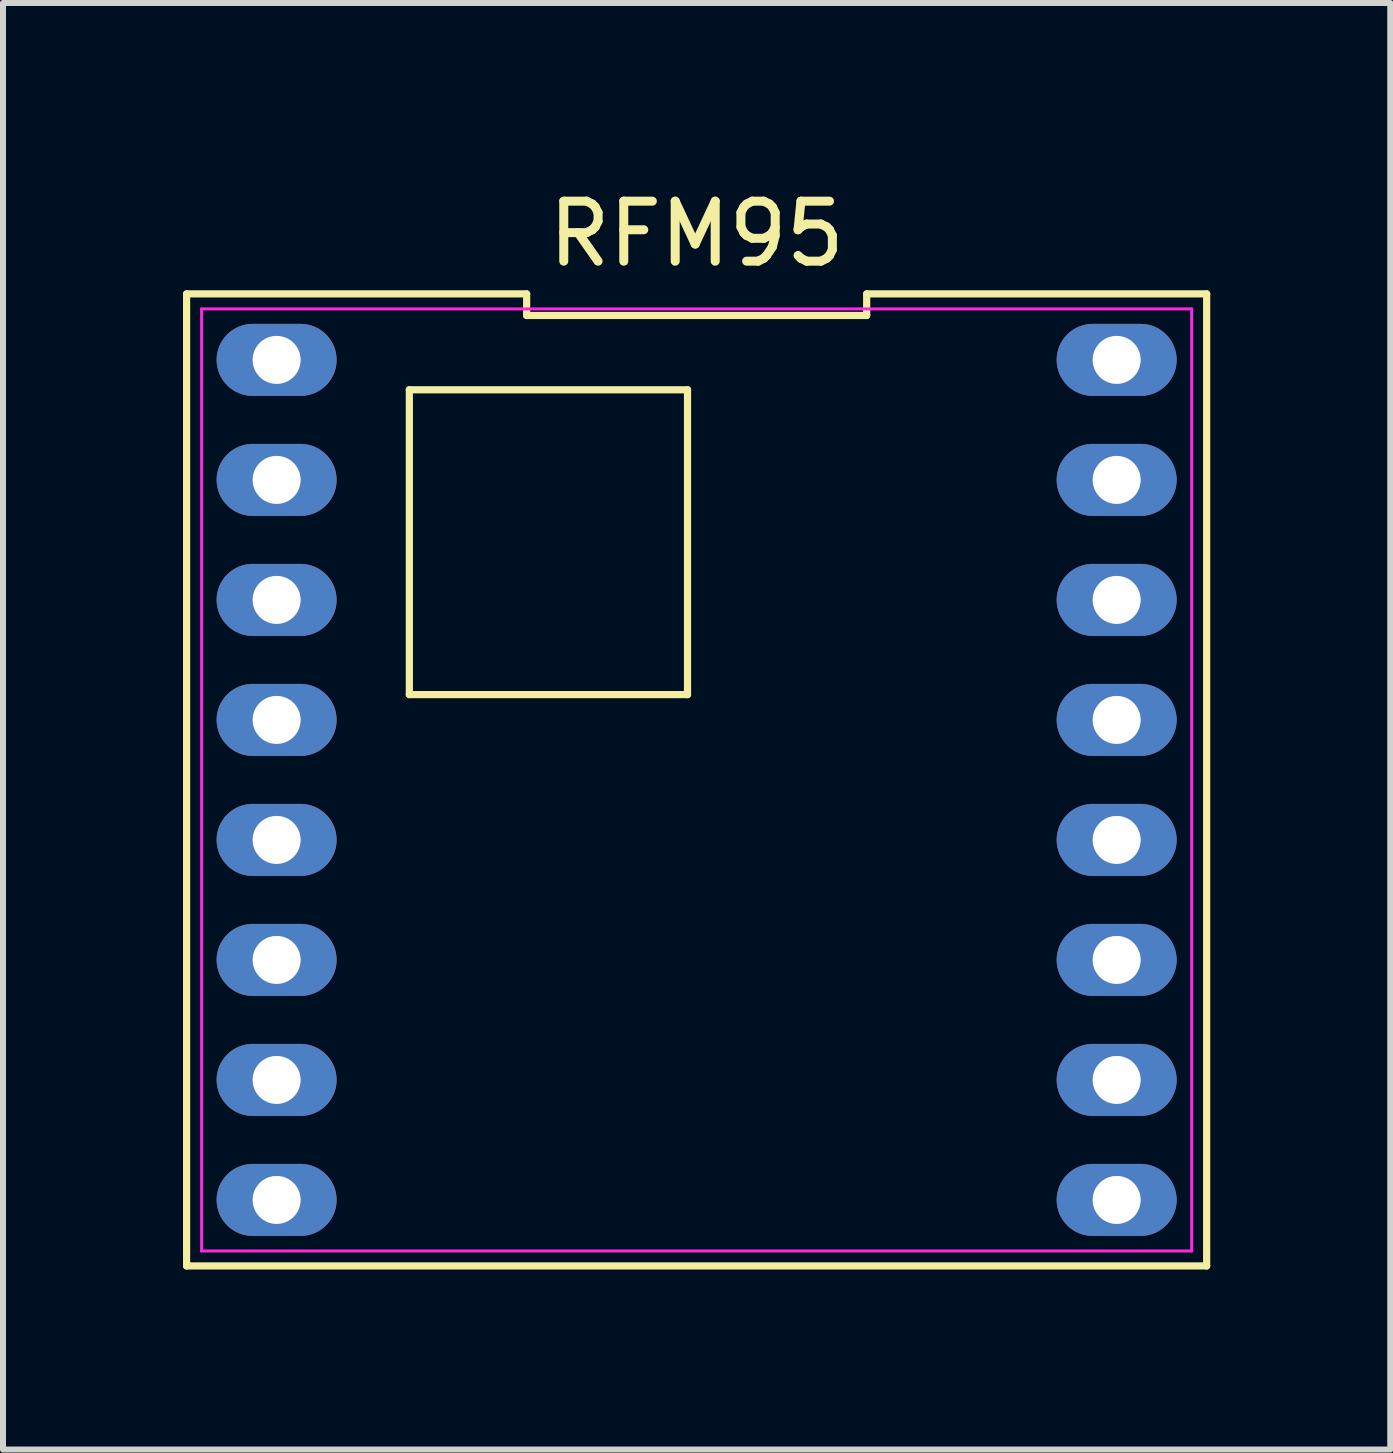
<source format=kicad_pcb>
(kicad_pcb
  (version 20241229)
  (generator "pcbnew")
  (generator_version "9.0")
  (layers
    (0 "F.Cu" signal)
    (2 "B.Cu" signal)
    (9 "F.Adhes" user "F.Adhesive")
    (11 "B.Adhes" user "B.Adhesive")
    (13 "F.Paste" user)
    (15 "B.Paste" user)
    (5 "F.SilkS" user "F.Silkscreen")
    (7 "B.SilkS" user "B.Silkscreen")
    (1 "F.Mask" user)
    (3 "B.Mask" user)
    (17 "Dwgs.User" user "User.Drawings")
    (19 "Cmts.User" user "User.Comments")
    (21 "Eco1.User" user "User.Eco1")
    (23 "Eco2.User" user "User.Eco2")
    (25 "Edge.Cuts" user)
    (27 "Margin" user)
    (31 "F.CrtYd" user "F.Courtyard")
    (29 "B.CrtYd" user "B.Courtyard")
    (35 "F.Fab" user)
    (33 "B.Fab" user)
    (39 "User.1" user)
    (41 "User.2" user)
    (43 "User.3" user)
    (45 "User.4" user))
  (footprint "RFM95"
    (layer "F.Cu")
    (at 8.408 9.923)
    (property "Reference" "RFM95" (at 0.152 -9.075 0) (layer "F.SilkS") (effects (font (size 1 1) (thickness 0.15))))
    (attr through_hole)
    (fp_line (start -8.348 -8.075) (end -8.348 8.125) (stroke (width 0.12) (type solid)) (layer "F.SilkS"))
    (fp_line (start -8.348 8.125) (end 8.652 8.125) (stroke (width 0.12) (type solid)) (layer "F.SilkS"))
    (fp_line (start -4.636 -6.477) (end 0 -6.477) (stroke (width 0.12) (type solid)) (layer "F.SilkS"))
    (fp_line (start -4.636 -1.397) (end -4.636 -6.477) (stroke (width 0.12) (type solid)) (layer "F.SilkS"))
    (fp_line (start -2.681 -8.075) (end -8.348 -8.075) (stroke (width 0.12) (type solid)) (layer "F.SilkS"))
    (fp_line (start -2.681 -7.715) (end -2.681 -8.075) (stroke (width 0.12) (type solid)) (layer "F.SilkS"))
    (fp_line (start 0 -6.477) (end 0 -1.397) (stroke (width 0.12) (type solid)) (layer "F.SilkS"))
    (fp_line (start 0 -1.397) (end -4.636 -1.397) (stroke (width 0.12) (type solid)) (layer "F.SilkS"))
    (fp_line (start 2.986 -8.075) (end 2.986 -7.715) (stroke (width 0.12) (type solid)) (layer "F.SilkS"))
    (fp_line (start 2.986 -7.715) (end -2.681 -7.715) (stroke (width 0.12) (type solid)) (layer "F.SilkS"))
    (fp_line (start 8.652 -8.075) (end 2.986 -8.075) (stroke (width 0.12) (type solid)) (layer "F.SilkS"))
    (fp_line (start 8.652 8.125) (end 8.652 -8.075) (stroke (width 0.12) (type solid)) (layer "F.SilkS"))
    (fp_line (start -8.098 -7.825) (end 8.402 -7.825) (stroke (width 0.05) (type solid)) (layer "F.CrtYd"))
    (fp_line (start -8.098 7.875) (end -8.098 -7.825) (stroke (width 0.05) (type solid)) (layer "F.CrtYd"))
    (fp_line (start 8.402 -7.825) (end 8.402 7.875) (stroke (width 0.05) (type solid)) (layer "F.CrtYd"))
    (fp_line (start 8.402 7.875) (end -8.098 7.875) (stroke (width 0.05) (type solid)) (layer "F.CrtYd"))
    (pad "1" thru_hole oval (at -6.848 -6.975 270) (size 1.2 2) (drill 0.8) (layers "*.Cu" "*.Mask"))
    (pad "2" thru_hole oval (at -6.848 -4.975 270) (size 1.2 2) (drill 0.8) (layers "*.Cu" "*.Mask"))
    (pad "3" thru_hole oval (at -6.848 -2.975 270) (size 1.2 2) (drill 0.8) (layers "*.Cu" "*.Mask"))
    (pad "4" thru_hole oval (at -6.848 -0.975 270) (size 1.2 2) (drill 0.8) (layers "*.Cu" "*.Mask"))
    (pad "5" thru_hole oval (at -6.848 1.025 270) (size 1.2 2) (drill 0.8) (layers "*.Cu" "*.Mask"))
    (pad "6" thru_hole oval (at -6.848 3.025 270) (size 1.2 2) (drill 0.8) (layers "*.Cu" "*.Mask"))
    (pad "7" thru_hole oval (at -6.848 5.025 270) (size 1.2 2) (drill 0.8) (layers "*.Cu" "*.Mask"))
    (pad "8" thru_hole oval (at -6.848 7.025 270) (size 1.2 2) (drill 0.8) (layers "*.Cu" "*.Mask"))
    (pad "9" thru_hole oval (at 7.152 7.025 270) (size 1.2 2) (drill 0.8) (layers "*.Cu" "*.Mask"))
    (pad "10" thru_hole oval (at 7.152 5.025 270) (size 1.2 2) (drill 0.8) (layers "*.Cu" "*.Mask"))
    (pad "11" thru_hole oval (at 7.152 3.025 270) (size 1.2 2) (drill 0.8) (layers "*.Cu" "*.Mask"))
    (pad "12" thru_hole oval (at 7.152 1.025 270) (size 1.2 2) (drill 0.8) (layers "*.Cu" "*.Mask"))
    (pad "13" thru_hole oval (at 7.152 -0.975 270) (size 1.2 2) (drill 0.8) (layers "*.Cu" "*.Mask"))
    (pad "14" thru_hole oval (at 7.152 -2.975 270) (size 1.2 2) (drill 0.8) (layers "*.Cu" "*.Mask"))
    (pad "15" thru_hole oval (at 7.152 -4.975 270) (size 1.2 2) (drill 0.8) (layers "*.Cu" "*.Mask"))
    (pad "16" thru_hole oval (at 7.152 -6.975 270) (size 1.2 2) (drill 0.8) (layers "*.Cu" "*.Mask")))
  (gr_rect
    (start -3 -3)
    (end 20.12 21.108)
    (stroke (width 0.1) (type default))
    (fill no)
    (layer "Edge.Cuts")))
</source>
